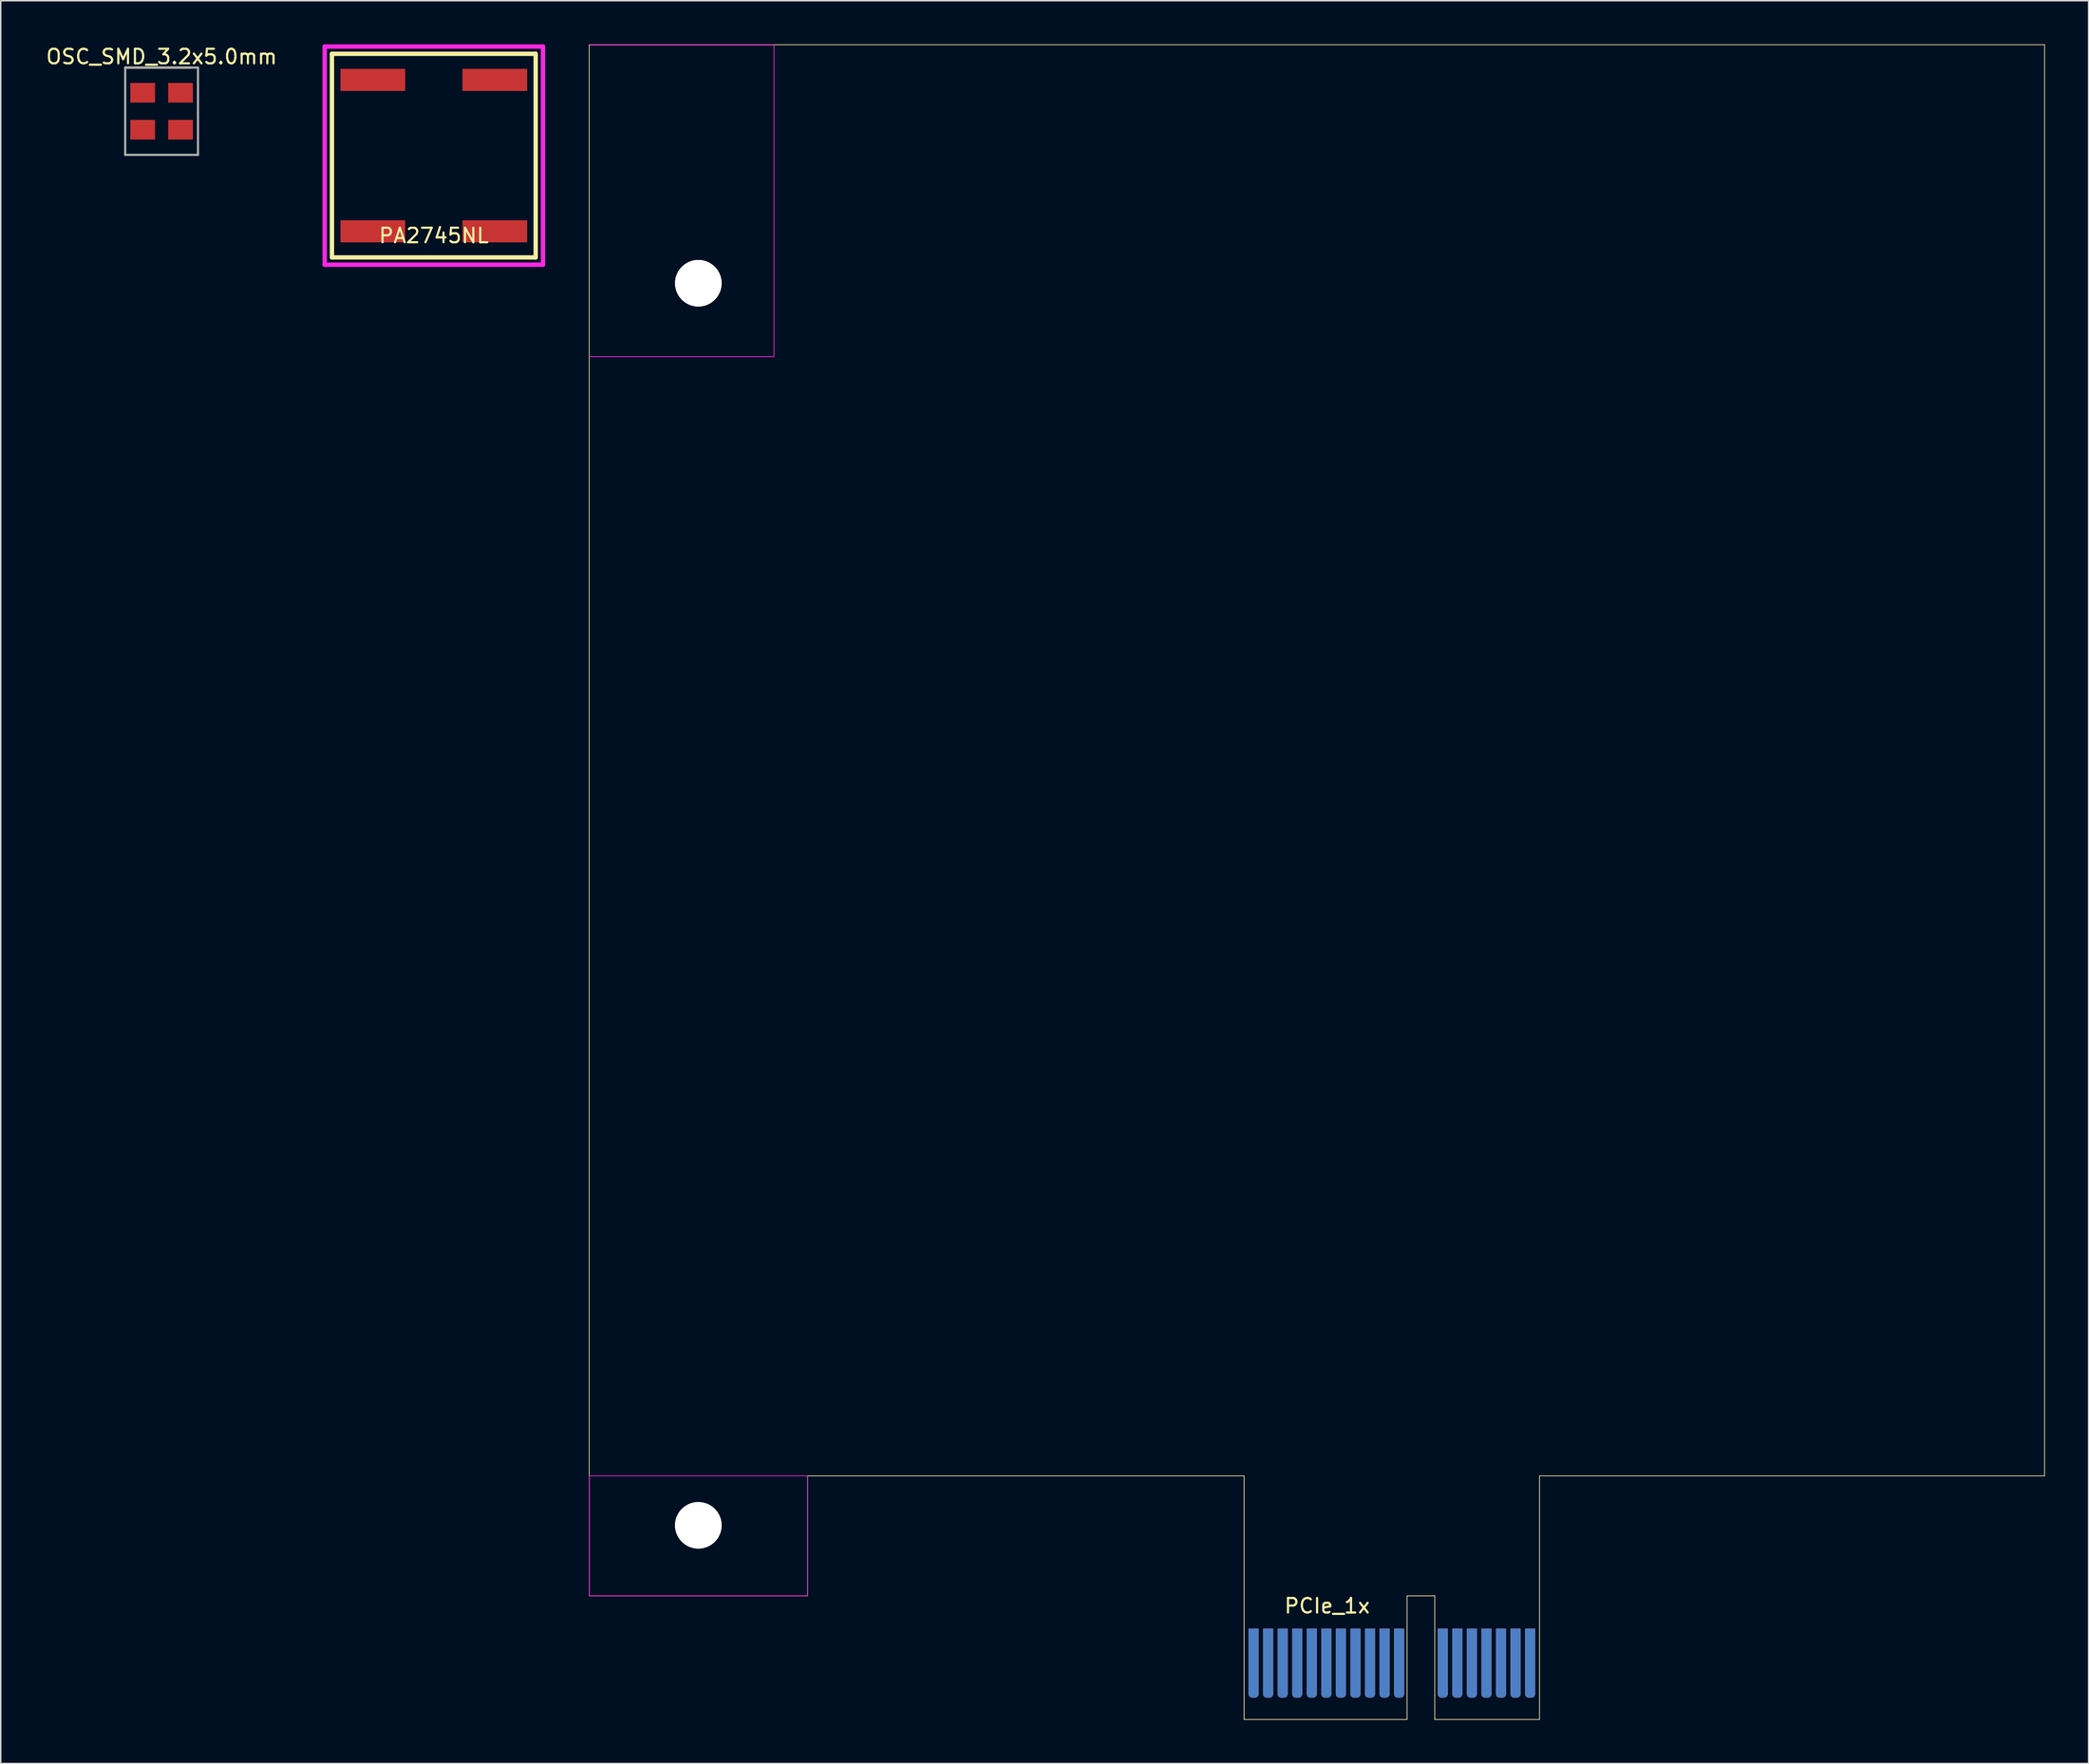
<source format=kicad_pcb>
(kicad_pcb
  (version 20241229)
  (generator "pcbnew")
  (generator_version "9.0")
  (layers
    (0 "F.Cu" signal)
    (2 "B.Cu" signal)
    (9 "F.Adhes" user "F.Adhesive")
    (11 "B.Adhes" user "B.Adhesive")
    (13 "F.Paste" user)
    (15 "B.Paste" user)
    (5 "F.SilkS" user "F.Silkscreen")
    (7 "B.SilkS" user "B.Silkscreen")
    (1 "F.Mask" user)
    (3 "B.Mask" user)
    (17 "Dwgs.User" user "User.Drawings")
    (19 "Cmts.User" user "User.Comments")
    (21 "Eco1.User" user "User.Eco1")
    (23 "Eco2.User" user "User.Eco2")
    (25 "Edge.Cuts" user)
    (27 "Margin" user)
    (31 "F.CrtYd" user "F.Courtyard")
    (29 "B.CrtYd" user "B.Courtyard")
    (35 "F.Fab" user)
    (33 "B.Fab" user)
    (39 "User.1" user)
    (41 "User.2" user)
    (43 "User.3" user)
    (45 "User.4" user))
  (footprint "PA2745NL"
    (layer "F.Cu")
    (at 26.757 7.65)
    (property "Reference" "PA2745NL" (at 0 5.5 0) (layer "F.SilkS") (effects (font (size 1 1) (thickness 0.15))))
    (attr through_hole)
    (fp_line (start -7 -7) (end 7 -7) (stroke (width 0.3) (type solid)) (layer "F.SilkS"))
    (fp_line (start -7 7) (end -7 -7) (stroke (width 0.3) (type solid)) (layer "F.SilkS"))
    (fp_line (start 7 -7) (end 7 7) (stroke (width 0.3) (type solid)) (layer "F.SilkS"))
    (fp_line (start 7 7) (end -7 7) (stroke (width 0.3) (type solid)) (layer "F.SilkS"))
    (fp_line (start -7.5 -7.5) (end 7.5 -7.5) (stroke (width 0.3) (type solid)) (layer "F.CrtYd"))
    (fp_line (start -7.5 7.5) (end -7.5 -7.5) (stroke (width 0.3) (type solid)) (layer "F.CrtYd"))
    (fp_line (start 7.5 -7.5) (end 7.5 7.5) (stroke (width 0.3) (type solid)) (layer "F.CrtYd"))
    (fp_line (start 7.5 7.5) (end -7.5 7.5) (stroke (width 0.3) (type solid)) (layer "F.CrtYd"))
    (pad "1" smd rect (at -4.19 -5.205) (size 4.45 1.52) (layers "F.Cu" "F.Mask" "F.Paste"))
    (pad "2" smd rect (at -4.19 5.205) (size 4.45 1.52) (layers "F.Cu" "F.Mask" "F.Paste"))
    (pad "3" smd rect (at 4.19 -5.205) (size 4.45 1.52) (layers "F.Cu" "F.Mask" "F.Paste"))
    (pad "4" smd rect (at 4.19 5.205) (size 4.45 1.52) (layers "F.Cu" "F.Mask" "F.Paste")))
  (footprint "OSC_SMD_3.2x5.0mm"
    (layer "F.Cu")
    (at 8.054 4.598)
    (property "Reference" "OSC_SMD_3.2x5.0mm" (at 0 -3.75 0) (layer "F.SilkS") (effects (font (size 1 1) (thickness 0.15))))
    (attr smd)
    (fp_line (start -2.5 -3) (end 2 -3) (stroke (width 0.15) (type solid)) (layer "F.SilkS"))
    (fp_line (start -2.5 -3) (end -2.5 3) (stroke (width 0.15) (type solid)) (layer "F.Fab"))
    (fp_line (start -2.5 3) (end 2.5 3) (stroke (width 0.15) (type solid)) (layer "F.Fab"))
    (fp_line (start 2.5 -3) (end -2.5 -3) (stroke (width 0.15) (type solid)) (layer "F.Fab"))
    (fp_line (start 2.5 3) (end 2.5 -3) (stroke (width 0.15) (type solid)) (layer "F.Fab"))
    (pad "1" smd rect (at -1.3 -1.27) (size 1.7 1.35) (layers "F.Cu" "F.Mask" "F.Paste"))
    (pad "2" smd rect (at -1.3 1.27) (size 1.7 1.35) (layers "F.Cu" "F.Mask" "F.Paste"))
    (pad "3" smd rect (at 1.3 1.27) (size 1.7 1.35) (layers "F.Cu" "F.Mask" "F.Paste"))
    (pad "4" smd rect (at 1.3 -1.27) (size 1.7 1.35) (layers "F.Cu" "F.Mask" "F.Paste")))
  (footprint "PCIe_1x"
    (layer "F.Cu")
    (at 94.582 111.175)
    (property "Reference" "PCIe_1x" (at -6.445 -3.81 0) (layer "F.SilkS") (effects (font (size 1 1) (thickness 0.15))))
    (attr through_hole)
    (fp_line (start -57.15 -111.15) (end -57.15 -4.5) (stroke (width 0.05) (type solid)) (layer "F.SilkS"))
    (fp_line (start -57.15 -111.15) (end 42.85 -111.15) (stroke (width 0.05) (type solid)) (layer "F.SilkS"))
    (fp_line (start -57.15 -4.5) (end -42.15 -4.5) (stroke (width 0.05) (type solid)) (layer "F.SilkS"))
    (fp_line (start -42.15 -4.5) (end -42.15 -12.75) (stroke (width 0.05) (type solid)) (layer "F.SilkS"))
    (fp_line (start -12.15 -12.75) (end -42.15 -12.75) (stroke (width 0.05) (type solid)) (layer "F.SilkS"))
    (fp_line (start -12.15 4) (end -12.15 -12.75) (stroke (width 0.05) (type solid)) (layer "F.SilkS"))
    (fp_line (start -0.95 -4.5) (end 0.95 -4.5) (stroke (width 0.05) (type solid)) (layer "F.SilkS"))
    (fp_line (start -0.95 4) (end -12.15 4) (stroke (width 0.05) (type solid)) (layer "F.SilkS"))
    (fp_line (start -0.95 4) (end -0.95 -4.5) (stroke (width 0.05) (type solid)) (layer "F.SilkS"))
    (fp_line (start 0.95 -4.5) (end 0.95 4) (stroke (width 0.05) (type solid)) (layer "F.SilkS"))
    (fp_line (start 0.95 4) (end 8.15 4) (stroke (width 0.05) (type solid)) (layer "F.SilkS"))
    (fp_line (start 8.15 -12.75) (end 42.85 -12.75) (stroke (width 0.05) (type solid)) (layer "F.SilkS"))
    (fp_line (start 8.15 4) (end 8.15 -12.75) (stroke (width 0.05) (type solid)) (layer "F.SilkS"))
    (fp_line (start 42.85 -12.75) (end 42.85 -111.15) (stroke (width 0.05) (type solid)) (layer "F.SilkS"))
    (fp_line (start -57.15 -89.7) (end -44.45 -89.7) (stroke (width 0.05) (type solid)) (layer "F.CrtYd"))
    (fp_line (start -57.15 -4.5) (end -57.15 -12.75) (stroke (width 0.05) (type solid)) (layer "F.CrtYd"))
    (fp_line (start -44.45 -111.15) (end -57.15 -111.15) (stroke (width 0.05) (type solid)) (layer "F.CrtYd"))
    (fp_line (start -44.45 -89.7) (end -44.45 -111.15) (stroke (width 0.05) (type solid)) (layer "F.CrtYd"))
    (fp_line (start -42.15 -12.75) (end -57.15 -12.75) (stroke (width 0.05) (type solid)) (layer "F.CrtYd"))
    (fp_line (start -42.15 -12.75) (end -42.15 -4.5) (stroke (width 0.05) (type solid)) (layer "F.CrtYd"))
    (fp_line (start -42.15 -4.5) (end -57.15 -4.5) (stroke (width 0.05) (type solid)) (layer "F.CrtYd"))
    (pad "" np_thru_hole circle (at -49.65 -94.75 90) (size 3.2 3.2) (drill 3.2) (layers "*.Cu" "*.Mask" "F.SilkS"))
    (pad "" np_thru_hole circle (at -49.65 -9.35 90) (size 3.2 3.2) (drill 3.2) (layers "*.Cu" "*.Mask" "F.SilkS"))
    (pad "A1" connect rect (at -11.5 0) (size 0.7 4.5) (layers "B.Cu" "B.Mask"))
    (pad "A1" connect oval (at -11.5 2.25 90) (size 0.5 0.7) (layers "B.Cu" "B.Mask"))
    (pad "A2" connect rect (at -10.5 0) (size 0.7 4.5) (layers "B.Cu" "B.Mask"))
    (pad "A2" connect oval (at -10.5 2.25 90) (size 0.5 0.7) (layers "B.Cu" "B.Mask"))
    (pad "A3" connect rect (at -9.5 0) (size 0.7 4.5) (layers "B.Cu" "B.Mask"))
    (pad "A3" connect oval (at -9.5 2.25 90) (size 0.5 0.7) (layers "B.Cu" "B.Mask"))
    (pad "A4" connect rect (at -8.5 0) (size 0.7 4.5) (layers "B.Cu" "B.Mask"))
    (pad "A4" connect oval (at -8.5 2.25 90) (size 0.5 0.7) (layers "B.Cu" "B.Mask"))
    (pad "A5" connect rect (at -7.5 0) (size 0.7 4.5) (layers "B.Cu" "B.Mask"))
    (pad "A5" connect oval (at -7.5 2.25 90) (size 0.5 0.7) (layers "B.Cu" "B.Mask"))
    (pad "A6" connect rect (at -6.5 0) (size 0.7 4.5) (layers "B.Cu" "B.Mask"))
    (pad "A6" connect oval (at -6.5 2.25 90) (size 0.5 0.7) (layers "B.Cu" "B.Mask"))
    (pad "A7" connect rect (at -5.5 0) (size 0.7 4.5) (layers "B.Cu" "B.Mask"))
    (pad "A7" connect oval (at -5.5 2.25 90) (size 0.5 0.7) (layers "B.Cu" "B.Mask"))
    (pad "A8" connect rect (at -4.5 0) (size 0.7 4.5) (layers "B.Cu" "B.Mask"))
    (pad "A8" connect oval (at -4.5 2.25 90) (size 0.5 0.7) (layers "B.Cu" "B.Mask"))
    (pad "A9" connect rect (at -3.5 0) (size 0.7 4.5) (layers "B.Cu" "B.Mask"))
    (pad "A9" connect oval (at -3.5 2.25 90) (size 0.5 0.7) (layers "B.Cu" "B.Mask"))
    (pad "A10" connect rect (at -2.5 0) (size 0.7 4.5) (layers "B.Cu" "B.Mask"))
    (pad "A10" connect oval (at -2.5 2.25 90) (size 0.5 0.7) (layers "B.Cu" "B.Mask"))
    (pad "A11" connect rect (at -1.5 0) (size 0.7 4.5) (layers "B.Cu" "B.Mask"))
    (pad "A11" connect oval (at -1.5 2.25 90) (size 0.5 0.7) (layers "B.Cu" "B.Mask"))
    (pad "A12" connect rect (at 1.5 0) (size 0.7 4.5) (layers "B.Cu" "B.Mask"))
    (pad "A12" connect oval (at 1.5 2.25 90) (size 0.5 0.7) (layers "B.Cu" "B.Mask"))
    (pad "A13" connect rect (at 2.5 0) (size 0.7 4.5) (layers "B.Cu" "B.Mask"))
    (pad "A13" connect oval (at 2.5 2.25 90) (size 0.5 0.7) (layers "B.Cu" "B.Mask"))
    (pad "A14" connect rect (at 3.499 0) (size 0.7 4.5) (layers "B.Cu" "B.Mask"))
    (pad "A14" connect oval (at 3.5 2.25 90) (size 0.5 0.7) (layers "B.Cu" "B.Mask"))
    (pad "A15" connect rect (at 4.5 0) (size 0.7 4.5) (layers "B.Cu" "B.Mask"))
    (pad "A15" connect oval (at 4.5 2.25 90) (size 0.5 0.7) (layers "B.Cu" "B.Mask"))
    (pad "A16" connect rect (at 5.5 0) (size 0.7 4.5) (layers "B.Cu" "B.Mask"))
    (pad "A16" connect oval (at 5.5 2.25 90) (size 0.5 0.7) (layers "B.Cu" "B.Mask"))
    (pad "A17" connect rect (at 6.5 0) (size 0.7 4.5) (layers "B.Cu" "B.Mask"))
    (pad "A17" connect oval (at 6.5 2.25 90) (size 0.5 0.7) (layers "B.Cu" "B.Mask"))
    (pad "A18" connect rect (at 7.5 0) (size 0.7 4.5) (layers "B.Cu" "B.Mask"))
    (pad "A18" connect oval (at 7.5 2.25 90) (size 0.5 0.7) (layers "B.Cu" "B.Mask"))
    (pad "B1" connect rect (at -11.5 0) (size 0.7 4.5) (layers "F.Cu" "F.Mask"))
    (pad "B1" connect oval (at -11.5 2.25 90) (size 0.5 0.7) (layers "*.Mask" "F.Cu"))
    (pad "B2" connect rect (at -10.5 0) (size 0.7 4.5) (layers "F.Cu" "F.Mask"))
    (pad "B2" connect oval (at -10.5 2.25 90) (size 0.5 0.7) (layers "F.Cu" "F.Mask"))
    (pad "B3" connect rect (at -9.5 0) (size 0.7 4.5) (layers "F.Cu" "F.Mask"))
    (pad "B3" connect oval (at -9.5 2.25 90) (size 0.5 0.7) (layers "F.Cu" "F.Mask"))
    (pad "B4" connect rect (at -8.5 0) (size 0.7 4.5) (layers "F.Cu" "F.Mask"))
    (pad "B4" connect oval (at -8.5 2.25 90) (size 0.5 0.7) (layers "F.Cu" "F.Mask"))
    (pad "B5" connect rect (at -7.5 0) (size 0.7 4.5) (layers "F.Cu" "F.Mask"))
    (pad "B5" connect oval (at -7.5 2.25 90) (size 0.5 0.7) (layers "F.Cu" "F.Mask"))
    (pad "B6" connect rect (at -6.5 0) (size 0.7 4.5) (layers "F.Cu" "F.Mask"))
    (pad "B6" connect oval (at -6.5 2.25 90) (size 0.5 0.7) (layers "F.Cu" "F.Mask"))
    (pad "B7" connect rect (at -5.5 0) (size 0.7 4.5) (layers "F.Cu" "F.Mask"))
    (pad "B7" connect oval (at -5.5 2.25 90) (size 0.5 0.7) (layers "F.Cu" "F.Mask"))
    (pad "B8" connect rect (at -4.5 0) (size 0.7 4.5) (layers "F.Cu" "F.Mask"))
    (pad "B8" connect oval (at -4.5 2.25 90) (size 0.5 0.7) (layers "F.Cu" "F.Mask"))
    (pad "B9" connect rect (at -3.5 0) (size 0.7 4.5) (layers "F.Cu" "F.Mask"))
    (pad "B9" connect oval (at -3.5 2.25 90) (size 0.5 0.7) (layers "F.Cu" "F.Mask"))
    (pad "B10" connect rect (at -2.5 0) (size 0.7 4.5) (layers "F.Cu" "F.Mask"))
    (pad "B10" connect oval (at -2.5 2.25 90) (size 0.5 0.7) (layers "F.Cu" "F.Mask"))
    (pad "B11" connect rect (at -1.5 0) (size 0.7 4.5) (layers "F.Cu" "F.Mask"))
    (pad "B11" connect oval (at -1.5 2.25 90) (size 0.5 0.7) (layers "F.Cu" "F.Mask"))
    (pad "B12" connect rect (at 1.5 0) (size 0.7 4.5) (layers "F.Cu" "F.Mask"))
    (pad "B12" connect oval (at 1.5 2.25 90) (size 0.5 0.7) (layers "F.Cu" "F.Mask"))
    (pad "B13" connect rect (at 2.5 0) (size 0.7 4.5) (layers "F.Cu" "F.Mask"))
    (pad "B13" connect oval (at 2.5 2.25 90) (size 0.5 0.7) (layers "F.Cu" "F.Mask"))
    (pad "B14" connect rect (at 3.5 0) (size 0.7 4.5) (layers "F.Cu" "F.Mask"))
    (pad "B14" connect oval (at 3.5 2.25 90) (size 0.5 0.7) (layers "F.Cu" "F.Mask"))
    (pad "B15" connect rect (at 4.5 0) (size 0.7 4.5) (layers "F.Cu" "F.Mask"))
    (pad "B15" connect oval (at 4.5 2.25 90) (size 0.5 0.7) (layers "F.Cu" "F.Mask"))
    (pad "B16" connect rect (at 5.5 0) (size 0.7 4.5) (layers "F.Cu" "F.Mask"))
    (pad "B16" connect oval (at 5.5 2.25 90) (size 0.5 0.7) (layers "F.Cu" "F.Mask"))
    (pad "B17" connect rect (at 6.5 0) (size 0.7 4.5) (layers "F.Cu" "F.Mask"))
    (pad "B17" connect oval (at 6.5 2.25 90) (size 0.5 0.7) (layers "F.Cu" "F.Mask"))
    (pad "B18" connect rect (at 7.5 0) (size 0.7 4.5) (layers "F.Cu" "F.Mask"))
    (pad "B18" connect oval (at 7.5 2.25 90) (size 0.5 0.7) (layers "F.Cu" "F.Mask")))
  (gr_rect
    (start -3 -3)
    (end 140.457 118.2)
    (stroke (width 0.1) (type default))
    (fill no)
    (layer "Edge.Cuts")))
</source>
